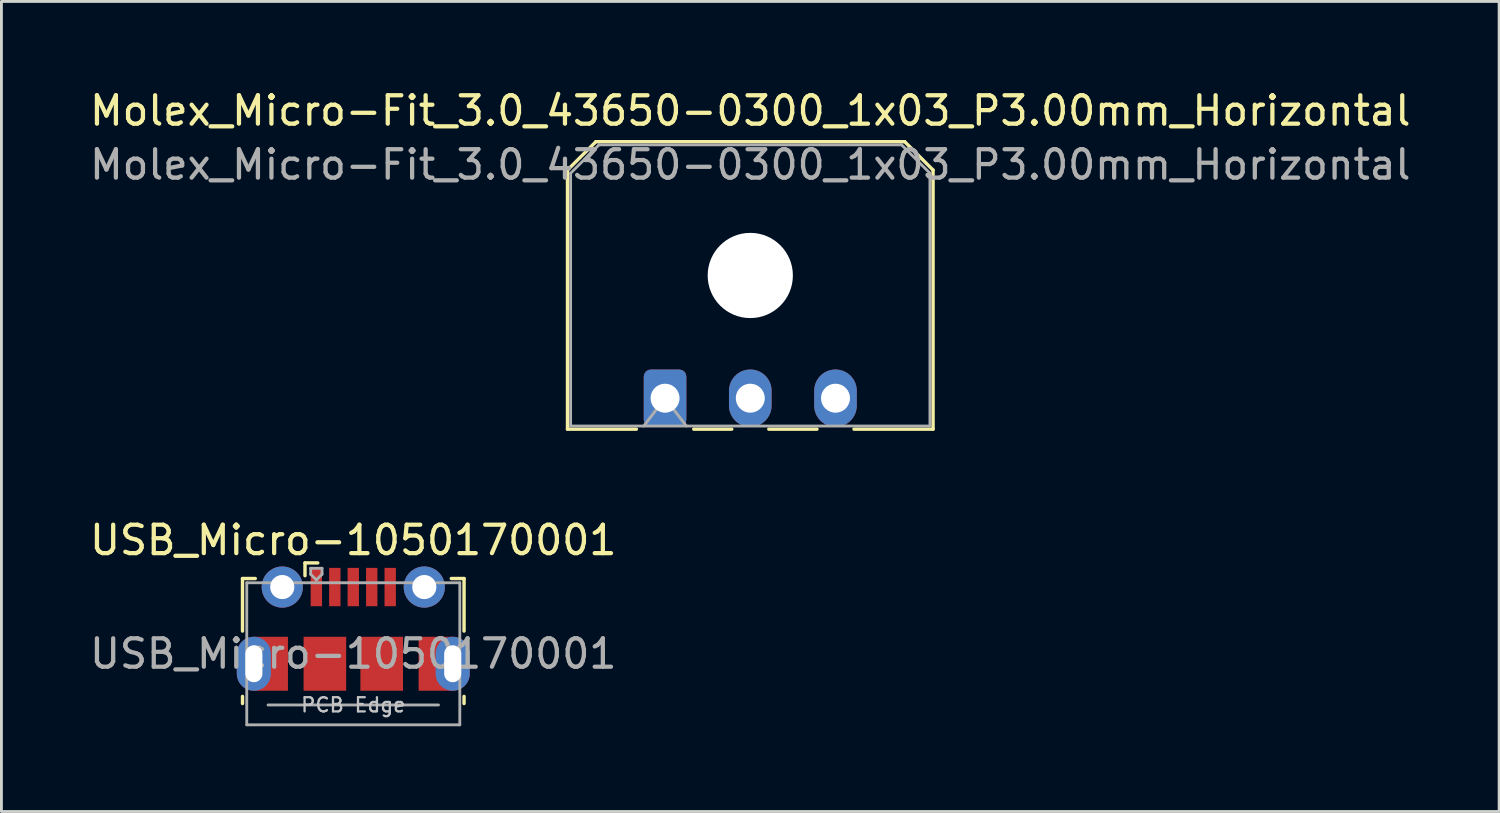
<source format=kicad_pcb>
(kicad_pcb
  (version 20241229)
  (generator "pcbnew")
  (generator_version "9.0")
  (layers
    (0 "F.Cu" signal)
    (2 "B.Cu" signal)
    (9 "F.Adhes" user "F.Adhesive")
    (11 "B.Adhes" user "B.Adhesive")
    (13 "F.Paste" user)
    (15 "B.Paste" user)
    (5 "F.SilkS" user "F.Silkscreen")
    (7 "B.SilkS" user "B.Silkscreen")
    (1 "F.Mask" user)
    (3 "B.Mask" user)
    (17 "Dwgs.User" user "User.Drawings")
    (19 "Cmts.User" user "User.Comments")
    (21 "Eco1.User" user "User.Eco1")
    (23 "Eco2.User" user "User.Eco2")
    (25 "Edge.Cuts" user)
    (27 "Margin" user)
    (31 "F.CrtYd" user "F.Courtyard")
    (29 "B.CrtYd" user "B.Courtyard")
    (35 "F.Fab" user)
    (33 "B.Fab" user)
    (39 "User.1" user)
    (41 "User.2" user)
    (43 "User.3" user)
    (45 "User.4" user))
  (footprint "USB_Micro-1050170001"
    (layer "F.Cu")
    (at 9.387 19.079)
    (property "Reference" "USB_Micro-1050170001" (at 0 -3.112 0) (layer "F.SilkS") (effects (font (size 1 1) (thickness 0.15))))
    (attr smd)
    (fp_line (start -3.9 -1.762) (end -3.45 -1.762) (stroke (width 0.12) (type solid)) (layer "F.SilkS"))
    (fp_line (start -3.9 0.087) (end -3.9 -1.762) (stroke (width 0.12) (type solid)) (layer "F.SilkS"))
    (fp_line (start -3.9 2.638) (end -3.9 2.388) (stroke (width 0.12) (type solid)) (layer "F.SilkS"))
    (fp_line (start -1.7 -2.312) (end -1.7 -1.863) (stroke (width 0.12) (type solid)) (layer "F.SilkS"))
    (fp_line (start -1.7 -2.312) (end -1.25 -2.312) (stroke (width 0.12) (type solid)) (layer "F.SilkS"))
    (fp_line (start 3.9 -1.762) (end 3.45 -1.762) (stroke (width 0.12) (type solid)) (layer "F.SilkS"))
    (fp_line (start 3.9 0.087) (end 3.9 -1.762) (stroke (width 0.12) (type solid)) (layer "F.SilkS"))
    (fp_line (start 3.9 2.638) (end 3.9 2.388) (stroke (width 0.12) (type solid)) (layer "F.SilkS"))
    (fp_rect (start 0 0) (end 0 0) (stroke (width 0.05) (type solid)) (fill no) (layer "F.CrtYd"))
    (fp_line (start -3.75 -1.613) (end 3.75 -1.613) (stroke (width 0.1) (type solid)) (layer "F.Fab"))
    (fp_line (start -3.75 3.388) (end -3.75 -1.613) (stroke (width 0.1) (type solid)) (layer "F.Fab"))
    (fp_line (start -3.75 3.389) (end 3.75 3.389) (stroke (width 0.1) (type solid)) (layer "F.Fab"))
    (fp_line (start -3 2.689) (end 3 2.689) (stroke (width 0.1) (type solid)) (layer "F.Fab"))
    (fp_line (start -1.5 -2.123) (end -1.5 -1.913) (stroke (width 0.1) (type solid)) (layer "F.Fab"))
    (fp_line (start -1.5 -2.123) (end -1.1 -2.123) (stroke (width 0.1) (type solid)) (layer "F.Fab"))
    (fp_line (start -1.3 -1.712) (end -1.5 -1.913) (stroke (width 0.1) (type solid)) (layer "F.Fab"))
    (fp_line (start -1.1 -2.123) (end -1.1 -1.913) (stroke (width 0.1) (type solid)) (layer "F.Fab"))
    (fp_line (start -1.1 -1.913) (end -1.3 -1.712) (stroke (width 0.1) (type solid)) (layer "F.Fab"))
    (fp_line (start 3.75 3.388) (end 3.75 -1.613) (stroke (width 0.1) (type solid)) (layer "F.Fab"))
    (fp_text user "PCB Edge" (at 0 2.688 0) (layer "Dwgs.User") (effects (font (size 0.5 0.5) (thickness 0.08))))
    (fp_text user "${REFERENCE}" (at 0 0.887 0) (layer "F.Fab") (effects (font (size 1 1) (thickness 0.15))))
    (pad "1" smd rect (at -1.3 -1.462) (size 0.4 1.35) (layers "F.Cu" "F.Mask" "F.Paste"))
    (pad "2" smd rect (at -0.65 -1.462) (size 0.4 1.35) (layers "F.Cu" "F.Mask" "F.Paste"))
    (pad "3" smd rect (at 0 -1.462) (size 0.4 1.35) (layers "F.Cu" "F.Mask" "F.Paste"))
    (pad "4" smd rect (at 0.65 -1.462) (size 0.4 1.35) (layers "F.Cu" "F.Mask" "F.Paste"))
    (pad "5" smd rect (at 1.3 -1.462) (size 0.4 1.35) (layers "F.Cu" "F.Mask" "F.Paste"))
    (pad "6" thru_hole oval (at -3.5 1.238 180) (size 1.2 1.9) (drill oval 0.6 1.3) (layers "*.Cu" "*.Mask"))
    (pad "6" smd rect (at -2.9 1.238) (size 1.2 1.9) (layers "F.Cu" "F.Mask"))
    (pad "6" thru_hole circle (at -2.5 -1.462) (size 1.45 1.45) (drill 0.85) (layers "*.Cu" "*.Mask"))
    (pad "6" smd rect (at -1 1.238) (size 1.5 1.9) (layers "F.Cu" "F.Mask" "F.Paste"))
    (pad "6" smd rect (at 1 1.238) (size 1.5 1.9) (layers "F.Cu" "F.Mask" "F.Paste"))
    (pad "6" thru_hole circle (at 2.5 -1.462) (size 1.45 1.45) (drill 0.85) (layers "*.Cu" "*.Mask"))
    (pad "6" smd rect (at 2.9 1.238) (size 1.2 1.9) (layers "F.Cu" "F.Mask"))
    (pad "6" thru_hole oval (at 3.5 1.238) (size 1.2 1.9) (drill oval 0.6 1.3) (layers "*.Cu" "*.Mask")))
  (footprint "Molex_Micro-Fit_3.0_43650-0300_1x03_P3.00mm_Horizontal"
    (layer "F.Cu")
    (at 20.363 10.968)
    (property "Reference" "Molex_Micro-Fit_3.0_43650-0300_1x03_P3.00mm_Horizontal" (at 3 -10.12 0) (layer "F.SilkS") (effects (font (size 1 1) (thickness 0.15))))
    (attr through_hole)
    (fp_line (start -3.435 -8.03) (end -2.435 -9.03) (stroke (width 0.12) (type solid)) (layer "F.SilkS"))
    (fp_line (start -3.435 1.09) (end -3.435 -8.03) (stroke (width 0.12) (type solid)) (layer "F.SilkS"))
    (fp_line (start -3.435 1.09) (end -1.01 1.09) (stroke (width 0.12) (type solid)) (layer "F.SilkS"))
    (fp_line (start -2.435 -9.03) (end 8.435 -9.03) (stroke (width 0.12) (type solid)) (layer "F.SilkS"))
    (fp_line (start 1.01 1.09) (end 2.348 1.09) (stroke (width 0.12) (type solid)) (layer "F.SilkS"))
    (fp_line (start 3.652 1.09) (end 5.348 1.09) (stroke (width 0.12) (type solid)) (layer "F.SilkS"))
    (fp_line (start 8.435 -9.03) (end 9.435 -8.03) (stroke (width 0.12) (type solid)) (layer "F.SilkS"))
    (fp_line (start 9.435 -8.03) (end 9.435 1.09) (stroke (width 0.12) (type solid)) (layer "F.SilkS"))
    (fp_line (start 9.435 1.09) (end 6.652 1.09) (stroke (width 0.12) (type solid)) (layer "F.SilkS"))
    (fp_rect (start 0 0) (end 0 0) (stroke (width 0.05) (type solid)) (fill no) (layer "F.CrtYd"))
    (fp_line (start -3.325 -7.92) (end -2.325 -8.92) (stroke (width 0.1) (type solid)) (layer "F.Fab"))
    (fp_line (start -3.325 0.98) (end -3.325 -7.92) (stroke (width 0.1) (type solid)) (layer "F.Fab"))
    (fp_line (start -2.325 -8.92) (end 8.325 -8.92) (stroke (width 0.1) (type solid)) (layer "F.Fab"))
    (fp_line (start -0.75 0.98) (end 0 0) (stroke (width 0.1) (type solid)) (layer "F.Fab"))
    (fp_line (start 0 0) (end 0.75 0.98) (stroke (width 0.1) (type solid)) (layer "F.Fab"))
    (fp_line (start 8.325 -8.92) (end 9.325 -7.92) (stroke (width 0.1) (type solid)) (layer "F.Fab"))
    (fp_line (start 9.325 -7.92) (end 9.325 0.98) (stroke (width 0.1) (type solid)) (layer "F.Fab"))
    (fp_line (start 9.325 0.98) (end -3.325 0.98) (stroke (width 0.1) (type solid)) (layer "F.Fab"))
    (fp_text user "${REFERENCE}" (at 3 -8.22 0) (layer "F.Fab") (effects (font (size 1 1) (thickness 0.15))))
    (pad "" np_thru_hole circle (at 3 -4.32) (size 3 3) (drill 3) (layers "*.Cu" "*.Mask"))
    (pad "1" thru_hole roundrect (at 0 0) (size 1.5 2.02) (drill 1.02) (layers "*.Cu" "*.Mask") (roundrect_rratio 0.167))
    (pad "2" thru_hole oval (at 3 0) (size 1.5 2.02) (drill 1.02) (layers "*.Cu" "*.Mask"))
    (pad "3" thru_hole oval (at 6 0) (size 1.5 2.02) (drill 1.02) (layers "*.Cu" "*.Mask")))
  (gr_rect
    (start -3 -3)
    (end 49.726 25.518)
    (stroke (width 0.1) (type default))
    (fill no)
    (layer "Edge.Cuts")))
</source>
